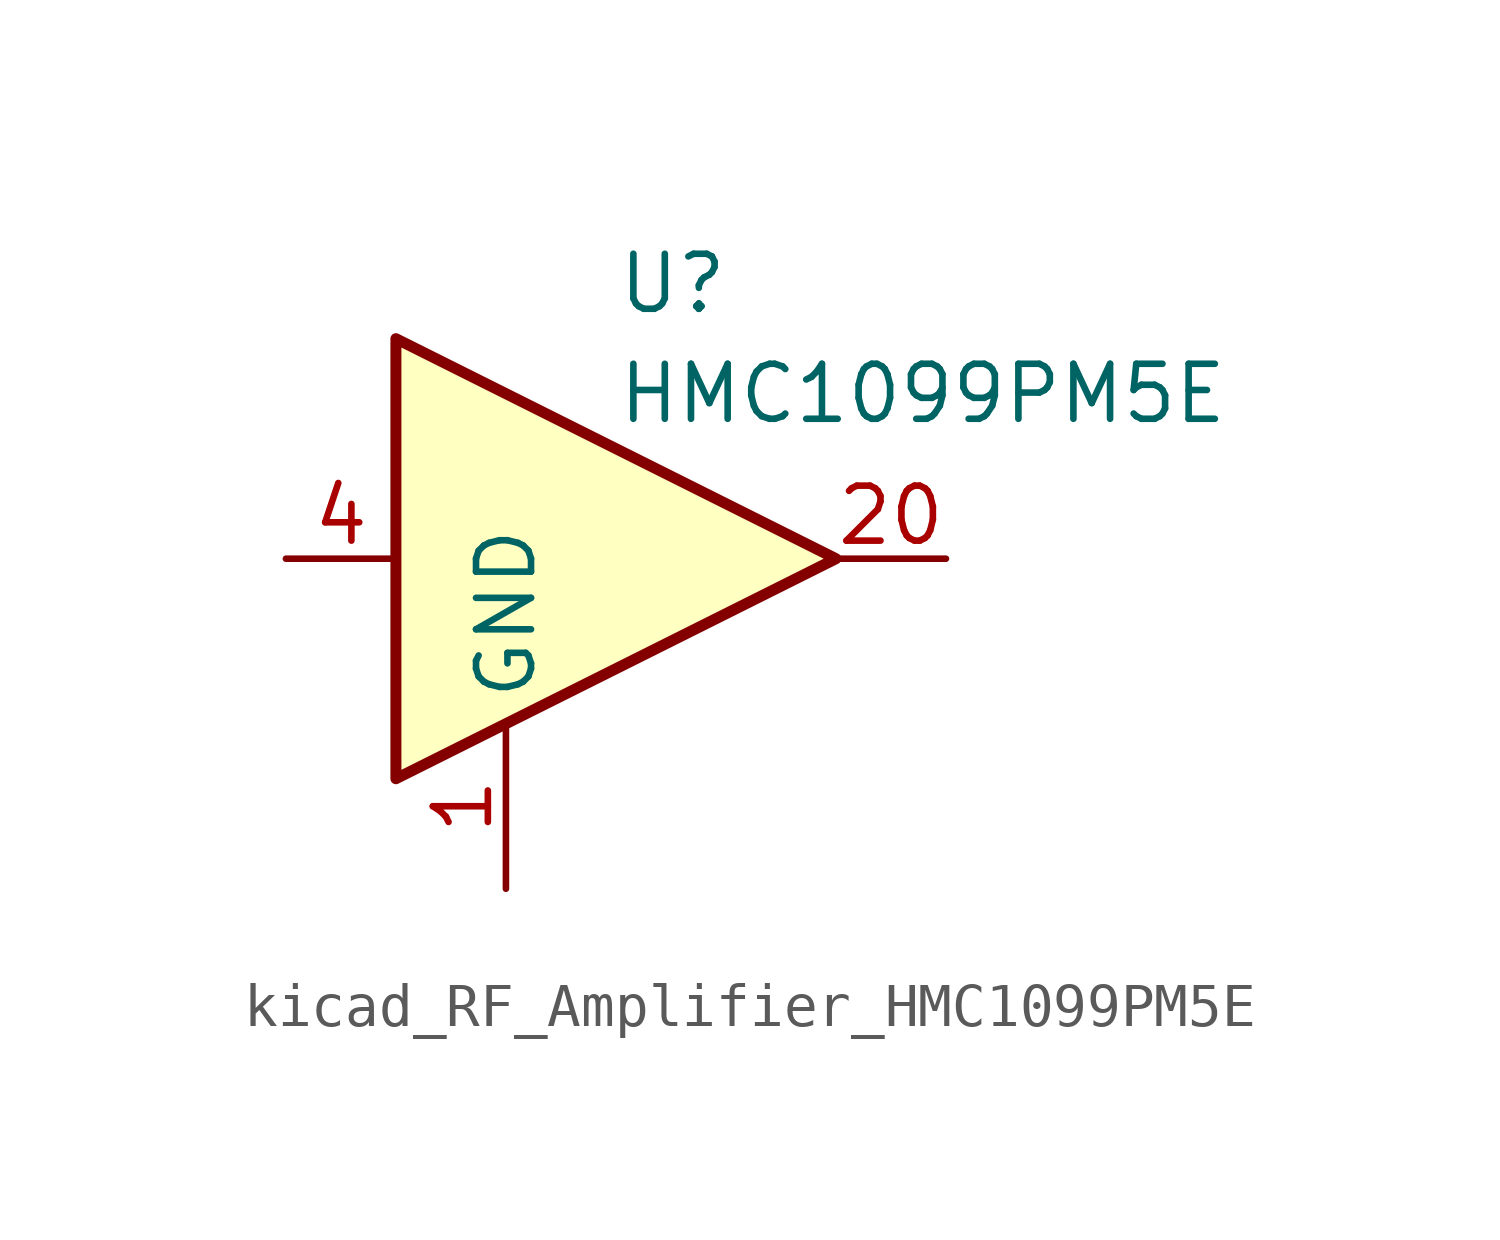
<source format=kicad_sym>
(kicad_symbol_lib
  (version 20220914)
  (generator kicad_symbol_editor)
  (symbol "kicad_RF_Amplifier_HMC1099PM5E"
    (property "Reference" "U"
      (at 0 6.35 0)
      (effects (font (size 1.27 1.27)) (justify left)))
    (property "Value" "HMC1099PM5E"
      (at 0 3.81 0)
      (effects (font (size 1.27 1.27)) (justify left)))
    (symbol "kicad_RF_Amplifier_HMC1099PM5E_1_1"
      (polyline (pts (xy 5.08 0) (xy -5.08 5.08) (xy -5.08 -5.08) (xy 5.08 0)) (stroke (width 0.254) (type default)) (fill (type background)))
      (pin power_in line (at -2.54 -7.62 90) (length 3.81) (name "GND" (effects (font (size 1.27 1.27)))) (number "1" (effects (font (size 1.27 1.27)))))
      (pin passive line (at -2.54 -7.62 90) (length 3.81) hide (name "GND" (effects (font (size 1.27 1.27)))) (number "10" (effects (font (size 1.27 1.27)))))
      (pin passive line (at -2.54 -7.62 90) (length 3.81) hide (name "GND" (effects (font (size 1.27 1.27)))) (number "11" (effects (font (size 1.27 1.27)))))
      (pin passive line (at -2.54 -7.62 90) (length 3.81) hide (name "GND" (effects (font (size 1.27 1.27)))) (number "12" (effects (font (size 1.27 1.27)))))
      (pin passive line (at -2.54 -7.62 90) (length 3.81) hide (name "GND" (effects (font (size 1.27 1.27)))) (number "13" (effects (font (size 1.27 1.27)))))
      (pin passive line (at -2.54 -7.62 90) (length 3.81) hide (name "GND" (effects (font (size 1.27 1.27)))) (number "14" (effects (font (size 1.27 1.27)))))
      (pin passive line (at -2.54 -7.62 90) (length 3.81) hide (name "GND" (effects (font (size 1.27 1.27)))) (number "15" (effects (font (size 1.27 1.27)))))
      (pin passive line (at -2.54 -7.62 90) (length 3.81) hide (name "GND" (effects (font (size 1.27 1.27)))) (number "16" (effects (font (size 1.27 1.27)))))
      (pin passive line (at -2.54 -7.62 90) (length 3.81) hide (name "GND" (effects (font (size 1.27 1.27)))) (number "17" (effects (font (size 1.27 1.27)))))
      (pin passive line (at -2.54 -7.62 90) (length 3.81) hide (name "GND" (effects (font (size 1.27 1.27)))) (number "18" (effects (font (size 1.27 1.27)))))
      (pin passive line (at -2.54 -7.62 90) (length 3.81) hide (name "GND" (effects (font (size 1.27 1.27)))) (number "19" (effects (font (size 1.27 1.27)))))
      (pin passive line (at -2.54 -7.62 90) (length 3.81) hide (name "GND" (effects (font (size 1.27 1.27)))) (number "2" (effects (font (size 1.27 1.27)))))
      (pin output line (at 7.62 0 180) (length 2.54) (name "~" (effects (font (size 1.27 1.27)))) (number "20" (effects (font (size 1.27 1.27)))))
      (pin passive line (at 7.62 0 180) (length 2.54) hide (name "~" (effects (font (size 1.27 1.27)))) (number "21" (effects (font (size 1.27 1.27)))))
      (pin passive line (at -2.54 -7.62 90) (length 3.81) hide (name "GND" (effects (font (size 1.27 1.27)))) (number "22" (effects (font (size 1.27 1.27)))))
      (pin passive line (at -2.54 -7.62 90) (length 3.81) hide (name "GND" (effects (font (size 1.27 1.27)))) (number "23" (effects (font (size 1.27 1.27)))))
      (pin passive line (at -2.54 -7.62 90) (length 3.81) hide (name "GND" (effects (font (size 1.27 1.27)))) (number "24" (effects (font (size 1.27 1.27)))))
      (pin passive line (at -2.54 -7.62 90) (length 3.81) hide (name "GND" (effects (font (size 1.27 1.27)))) (number "25" (effects (font (size 1.27 1.27)))))
      (pin passive line (at -2.54 -7.62 90) (length 3.81) hide (name "GND" (effects (font (size 1.27 1.27)))) (number "26" (effects (font (size 1.27 1.27)))))
      (pin passive line (at -2.54 -7.62 90) (length 3.81) hide (name "GND" (effects (font (size 1.27 1.27)))) (number "27" (effects (font (size 1.27 1.27)))))
      (pin passive line (at -2.54 -7.62 90) (length 3.81) hide (name "GND" (effects (font (size 1.27 1.27)))) (number "28" (effects (font (size 1.27 1.27)))))
      (pin passive line (at -2.54 -7.62 90) (length 3.81) hide (name "GND" (effects (font (size 1.27 1.27)))) (number "29" (effects (font (size 1.27 1.27)))))
      (pin passive line (at -2.54 -7.62 90) (length 3.81) hide (name "GND" (effects (font (size 1.27 1.27)))) (number "3" (effects (font (size 1.27 1.27)))))
      (pin passive line (at -2.54 -7.62 90) (length 3.81) hide (name "GND" (effects (font (size 1.27 1.27)))) (number "30" (effects (font (size 1.27 1.27)))))
      (pin passive line (at -2.54 -7.62 90) (length 3.81) hide (name "GND" (effects (font (size 1.27 1.27)))) (number "31" (effects (font (size 1.27 1.27)))))
      (pin passive line (at -2.54 -7.62 90) (length 3.81) hide (name "GND" (effects (font (size 1.27 1.27)))) (number "32" (effects (font (size 1.27 1.27)))))
      (pin passive line (at -2.54 -7.62 90) (length 3.81) hide (name "GND" (effects (font (size 1.27 1.27)))) (number "33" (effects (font (size 1.27 1.27)))))
      (pin input line (at -7.62 0 0) (length 2.54) (name "~" (effects (font (size 1.27 1.27)))) (number "4" (effects (font (size 1.27 1.27)))))
      (pin input line (at -7.62 0 0) (length 2.54) hide (name "~" (effects (font (size 1.27 1.27)))) (number "5" (effects (font (size 1.27 1.27)))))
      (pin passive line (at -2.54 -7.62 90) (length 3.81) hide (name "GND" (effects (font (size 1.27 1.27)))) (number "6" (effects (font (size 1.27 1.27)))))
      (pin passive line (at -2.54 -7.62 90) (length 3.81) hide (name "GND" (effects (font (size 1.27 1.27)))) (number "7" (effects (font (size 1.27 1.27)))))
      (pin passive line (at -2.54 -7.62 90) (length 3.81) hide (name "GND" (effects (font (size 1.27 1.27)))) (number "8" (effects (font (size 1.27 1.27)))))
      (pin passive line (at -2.54 -7.62 90) (length 3.81) hide (name "GND" (effects (font (size 1.27 1.27)))) (number "9" (effects (font (size 1.27 1.27))))))))
</source>
